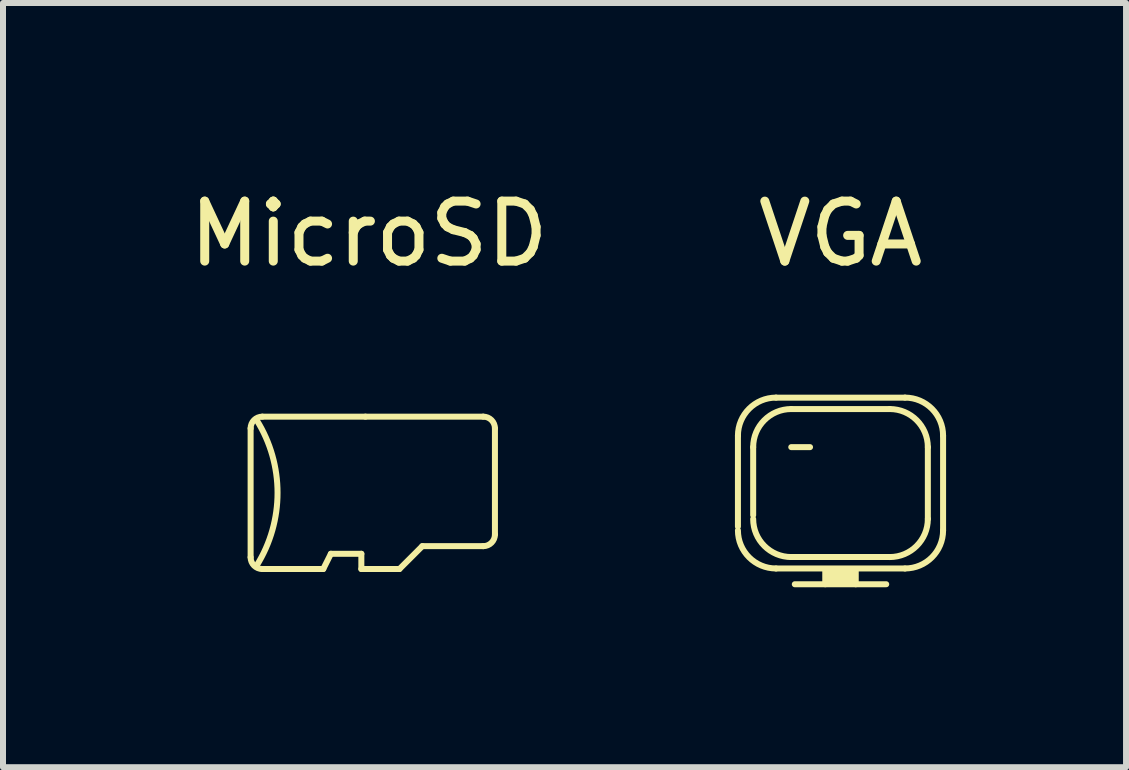
<source format=kicad_pcb>
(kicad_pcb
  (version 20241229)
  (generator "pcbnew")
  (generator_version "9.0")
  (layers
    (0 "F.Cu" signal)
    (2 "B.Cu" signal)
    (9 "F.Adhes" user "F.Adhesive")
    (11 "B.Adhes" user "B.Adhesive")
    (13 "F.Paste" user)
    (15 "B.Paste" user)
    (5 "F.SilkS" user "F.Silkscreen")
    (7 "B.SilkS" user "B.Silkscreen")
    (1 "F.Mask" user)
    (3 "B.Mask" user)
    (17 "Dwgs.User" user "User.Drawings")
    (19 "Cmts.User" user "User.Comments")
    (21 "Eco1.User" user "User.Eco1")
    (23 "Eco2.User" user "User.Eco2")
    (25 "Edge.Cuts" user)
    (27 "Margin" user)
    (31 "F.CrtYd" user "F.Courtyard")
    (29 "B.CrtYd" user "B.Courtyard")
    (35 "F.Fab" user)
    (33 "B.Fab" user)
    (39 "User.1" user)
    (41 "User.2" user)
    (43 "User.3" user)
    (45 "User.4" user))
  (footprint "MicroSD"
    (layer "F.Cu")
    (at 3.101 4.912)
    (property "Reference" "MicroSD" (at 0 -4.064 0) (layer "F.SilkS") (effects (font (size 1 1) (thickness 0.15))))
    (attr board_only exclude_from_pos_files exclude_from_bom allow_missing_courtyard)
    (fp_line (start -1.973 1.329) (end -1.973 -0.821) (stroke (width 0.1) (type default)) (layer "F.SilkS"))
    (fp_line (start -1.778 -1.016) (end -0.059 -1.016) (stroke (width 0.1) (type default)) (layer "F.SilkS"))
    (fp_line (start -0.762 1.524) (end -1.778 1.524) (stroke (width 0.1) (type default)) (layer "F.SilkS"))
    (fp_line (start -0.635 1.27) (end -0.762 1.524) (stroke (width 0.1) (type default)) (layer "F.SilkS"))
    (fp_line (start -0.127 1.27) (end -0.635 1.27) (stroke (width 0.1) (type default)) (layer "F.SilkS"))
    (fp_line (start -0.127 1.524) (end -0.127 1.27) (stroke (width 0.1) (type default)) (layer "F.SilkS"))
    (fp_line (start 0.508 1.524) (end -0.127 1.524) (stroke (width 0.1) (type default)) (layer "F.SilkS"))
    (fp_line (start 0.889 1.143) (end 0.508 1.524) (stroke (width 0.1) (type default)) (layer "F.SilkS"))
    (fp_line (start 0.889 1.143) (end 1.905 1.143) (stroke (width 0.1) (type default)) (layer "F.SilkS"))
    (fp_line (start 1.905 -1.016) (end -0.059 -1.016) (stroke (width 0.1) (type default)) (layer "F.SilkS"))
    (fp_line (start 2.1 -0.821) (end 2.1 0.948) (stroke (width 0.1) (type default)) (layer "F.SilkS"))
    (fp_arc (start -1.973013 -0.820987) (mid -1.915895 -0.958882) (end -1.778 -1.016) (stroke (width 0.1) (type default)) (layer "F.SilkS"))
    (fp_arc (start -1.871476 -0.957578) (mid -1.524 0.254) (end -1.871476 1.465578) (stroke (width 0.1) (type default)) (layer "F.SilkS"))
    (fp_arc (start -1.778 1.524) (mid -1.915895 1.466882) (end -1.973013 1.328987) (stroke (width 0.1) (type default)) (layer "F.SilkS"))
    (fp_arc (start 1.905 -1.016) (mid 2.042895 -0.958882) (end 2.100013 -0.820987) (stroke (width 0.1) (type default)) (layer "F.SilkS"))
    (fp_arc (start 2.100013 0.947987) (mid 2.042895 1.085882) (end 1.905 1.143) (stroke (width 0.1) (type default)) (layer "F.SilkS")))
  (footprint "VGA"
    (layer "F.Cu")
    (at 10.962 4.912)
    (property "Reference" "VGA" (at 0 -4.064 0) (layer "F.SilkS") (effects (font (size 1 1) (thickness 0.15))))
    (attr board_only exclude_from_pos_files exclude_from_bom allow_missing_courtyard)
    (fp_line (start -1.71 -0.698) (end -1.71 0.816) (stroke (width 0.1) (type default)) (layer "F.SilkS"))
    (fp_line (start -1.456 0.626) (end -1.456 -0.508) (stroke (width 0.1) (type default)) (layer "F.SilkS"))
    (fp_line (start -1.075 1.515) (end 1.075 1.515) (stroke (width 0.1) (type default)) (layer "F.SilkS"))
    (fp_line (start -0.821 -0.508) (end -0.508 -0.508) (stroke (width 0.1) (type default)) (layer "F.SilkS"))
    (fp_line (start -0.821 -1.143) (end 0.821 -1.143) (stroke (width 0.1) (type default)) (layer "F.SilkS"))
    (fp_line (start -0.254 1.778) (end -0.762 1.778) (stroke (width 0.1) (type default)) (layer "F.SilkS"))
    (fp_line (start 0.254 1.778) (end 0.762 1.778) (stroke (width 0.1) (type default)) (layer "F.SilkS"))
    (fp_line (start 0.821 1.324) (end -0.821 1.324) (stroke (width 0.1) (type default)) (layer "F.SilkS"))
    (fp_line (start 1.075 -1.333) (end -1.075 -1.333) (stroke (width 0.1) (type default)) (layer "F.SilkS"))
    (fp_line (start 1.456 -0.508) (end 1.456 0.689) (stroke (width 0.1) (type default)) (layer "F.SilkS"))
    (fp_line (start 1.71 -0.698) (end 1.71 0.88) (stroke (width 0.1) (type default)) (layer "F.SilkS"))
    (fp_rect (start -0.254 1.524) (end 0.254 1.778) (stroke (width 0.1) (type solid)) (fill yes) (layer "F.SilkS"))
    (fp_arc (start -1.709987 -0.698499) (mid -1.524 -1.147512) (end -1.074987 -1.333499) (stroke (width 0.1) (type default)) (layer "F.SilkS"))
    (fp_arc (start -1.455987 -0.507999) (mid -1.27 -0.957012) (end -0.820987 -1.142999) (stroke (width 0.1) (type default)) (layer "F.SilkS"))
    (fp_arc (start -1.074987 1.514975) (mid -1.524 1.328988) (end -1.709987 0.879975) (stroke (width 0.1) (type default)) (layer "F.SilkS"))
    (fp_arc (start -0.820987 1.324475) (mid -1.27 1.138488) (end -1.455987 0.689475) (stroke (width 0.1) (type default)) (layer "F.SilkS"))
    (fp_arc (start 0.820987 -1.142999) (mid 1.27 -0.957012) (end 1.455987 -0.507999) (stroke (width 0.1) (type default)) (layer "F.SilkS"))
    (fp_arc (start 1.074987 -1.333499) (mid 1.524 -1.147512) (end 1.709987 -0.698499) (stroke (width 0.1) (type default)) (layer "F.SilkS"))
    (fp_arc (start 1.455987 0.689475) (mid 1.27 1.138488) (end 0.820987 1.324475) (stroke (width 0.1) (type default)) (layer "F.SilkS"))
    (fp_arc (start 1.709987 0.879975) (mid 1.524 1.328988) (end 1.074987 1.514975) (stroke (width 0.1) (type default)) (layer "F.SilkS")))
  (gr_rect
    (start -3 -3)
    (end 15.722 9.74)
    (stroke (width 0.1) (type default))
    (fill no)
    (layer "Edge.Cuts")))
</source>
